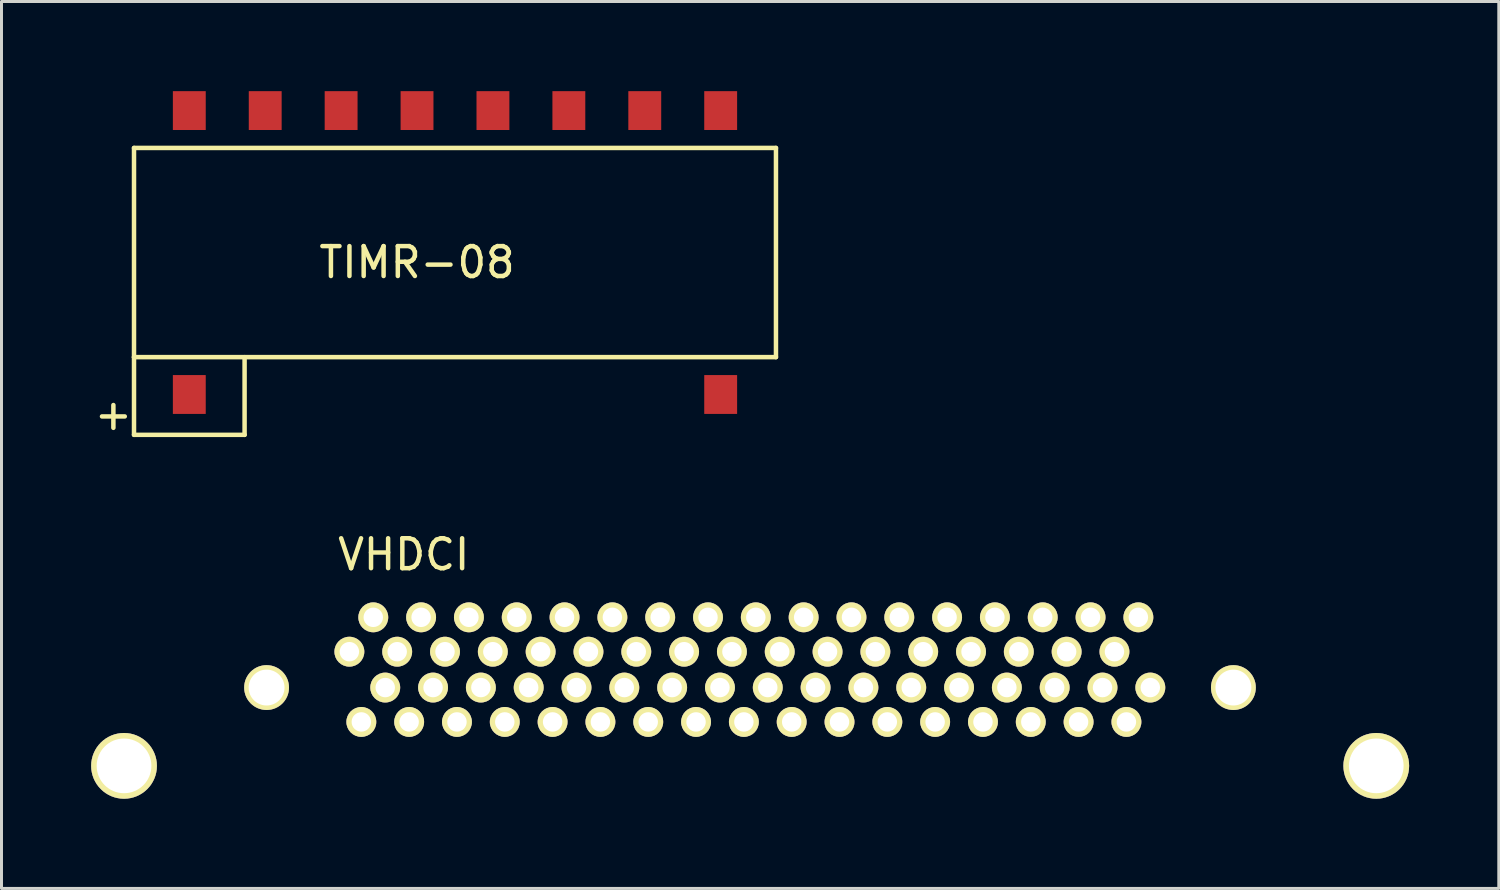
<source format=kicad_pcb>
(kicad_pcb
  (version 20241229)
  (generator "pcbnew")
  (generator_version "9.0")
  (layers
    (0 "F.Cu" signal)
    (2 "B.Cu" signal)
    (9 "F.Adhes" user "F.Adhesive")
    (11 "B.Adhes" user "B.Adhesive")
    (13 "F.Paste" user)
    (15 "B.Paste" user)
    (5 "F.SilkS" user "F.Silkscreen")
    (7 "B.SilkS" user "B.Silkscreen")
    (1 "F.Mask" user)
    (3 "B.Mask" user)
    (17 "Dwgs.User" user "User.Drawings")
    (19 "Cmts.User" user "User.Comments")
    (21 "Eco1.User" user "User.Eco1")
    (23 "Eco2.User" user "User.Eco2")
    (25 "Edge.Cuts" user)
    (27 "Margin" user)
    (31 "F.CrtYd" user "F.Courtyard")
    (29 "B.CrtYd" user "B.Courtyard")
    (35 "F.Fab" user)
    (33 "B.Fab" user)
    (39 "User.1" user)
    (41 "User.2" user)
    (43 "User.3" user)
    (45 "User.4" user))
  (footprint "TIMR-08"
    (layer "F.Cu")
    (at 10.904 3.19)
    (property "Reference" "TIMR-08" (at 0 2.54 0) (layer "F.SilkS") (effects (font (size 1 1) (thickness 0.15))))
    (attr through_hole)
    (fp_line (start -9.47 -1.29) (end -9.47 5.71) (stroke (width 0.15) (type solid)) (layer "F.SilkS"))
    (fp_line (start -9.47 -1.29) (end 12.01 -1.29) (stroke (width 0.15) (type solid)) (layer "F.SilkS"))
    (fp_line (start -9.47 5.71) (end -9.47 8.31) (stroke (width 0.15) (type solid)) (layer "F.SilkS"))
    (fp_line (start -9.47 5.71) (end 12.01 5.71) (stroke (width 0.15) (type solid)) (layer "F.SilkS"))
    (fp_line (start -9.47 8.31) (end -5.77 8.31) (stroke (width 0.15) (type solid)) (layer "F.SilkS"))
    (fp_line (start -5.77 8.31) (end -5.77 5.71) (stroke (width 0.15) (type solid)) (layer "F.SilkS"))
    (fp_line (start 12.01 -1.29) (end 12.01 5.71) (stroke (width 0.15) (type solid)) (layer "F.SilkS"))
    (fp_text user "+" (at -10.16 7.62 0) (layer "F.SilkS") (effects (font (size 1 1) (thickness 0.15))))
    (pad "1" smd rect (at -7.62 -2.54) (size 1.1 1.3) (layers "F.Cu" "F.Mask" "F.Paste"))
    (pad "2" smd rect (at -5.08 -2.54) (size 1.1 1.3) (layers "F.Cu" "F.Mask" "F.Paste"))
    (pad "3" smd rect (at -2.54 -2.54) (size 1.1 1.3) (layers "F.Cu" "F.Mask" "F.Paste"))
    (pad "4" smd rect (at 0 -2.54) (size 1.1 1.3) (layers "F.Cu" "F.Mask" "F.Paste"))
    (pad "5" smd rect (at 2.54 -2.54) (size 1.1 1.3) (layers "F.Cu" "F.Mask" "F.Paste"))
    (pad "6" smd rect (at 5.08 -2.54) (size 1.1 1.3) (layers "F.Cu" "F.Mask" "F.Paste"))
    (pad "7" smd rect (at 7.62 -2.54) (size 1.1 1.3) (layers "F.Cu" "F.Mask" "F.Paste"))
    (pad "8" smd rect (at 10.16 -2.54) (size 1.1 1.3) (layers "F.Cu" "F.Mask" "F.Paste"))
    (pad "9" smd rect (at -7.62 6.96) (size 1.1 1.3) (layers "F.Cu" "F.Mask" "F.Paste"))
    (pad "10" smd rect (at 10.16 6.96) (size 1.1 1.3) (layers "F.Cu" "F.Mask" "F.Paste")))
  (footprint "VHDCI"
    (layer "F.Cu")
    (at 5.87 19.956)
    (property "Reference" "VHDCI" (at 4.59 -4.45 0) (layer "F.SilkS") (effects (font (size 1 1) (thickness 0.15))))
    (attr through_hole)
    (fp_text user "" (at 15.52 3 0) (layer "F.SilkS") (effects (font (size 1 1) (thickness 0.15))))
    (pad "" thru_hole circle (at -4.77 2.62) (size 2.2 2.2) (drill 1.83) (layers "*.Cu" "*.Mask" "F.SilkS"))
    (pad "" thru_hole circle (at 0 0) (size 1.5 1.5) (drill 1.2) (layers "*.Cu" "*.Mask" "F.SilkS"))
    (pad "" thru_hole circle (at 32.35 0) (size 1.5 1.5) (drill 1.2) (layers "*.Cu" "*.Mask" "F.SilkS"))
    (pad "" thru_hole circle (at 37.13 2.62) (size 2.2 2.2) (drill 1.83) (layers "*.Cu" "*.Mask" "F.SilkS"))
    (pad "1" thru_hole circle (at 2.77 -1.2) (size 1 1) (drill 0.65) (layers "*.Cu" "*.Mask" "F.SilkS"))
    (pad "2" thru_hole circle (at 3.57 -2.35) (size 1 1) (drill 0.65) (layers "*.Cu" "*.Mask" "F.SilkS"))
    (pad "3" thru_hole circle (at 4.37 -1.2) (size 1 1) (drill 0.65) (layers "*.Cu" "*.Mask" "F.SilkS"))
    (pad "4" thru_hole circle (at 5.17 -2.35) (size 1 1) (drill 0.65) (layers "*.Cu" "*.Mask" "F.SilkS"))
    (pad "5" thru_hole circle (at 5.97 -1.2) (size 1 1) (drill 0.65) (layers "*.Cu" "*.Mask" "F.SilkS"))
    (pad "6" thru_hole circle (at 6.77 -2.35) (size 1 1) (drill 0.65) (layers "*.Cu" "*.Mask" "F.SilkS"))
    (pad "7" thru_hole circle (at 7.57 -1.2) (size 1 1) (drill 0.65) (layers "*.Cu" "*.Mask" "F.SilkS"))
    (pad "8" thru_hole circle (at 8.37 -2.35) (size 1 1) (drill 0.65) (layers "*.Cu" "*.Mask" "F.SilkS"))
    (pad "9" thru_hole circle (at 9.17 -1.2) (size 1 1) (drill 0.65) (layers "*.Cu" "*.Mask" "F.SilkS"))
    (pad "10" thru_hole circle (at 9.97 -2.35) (size 1 1) (drill 0.65) (layers "*.Cu" "*.Mask" "F.SilkS"))
    (pad "11" thru_hole circle (at 10.77 -1.2) (size 1 1) (drill 0.65) (layers "*.Cu" "*.Mask" "F.SilkS"))
    (pad "12" thru_hole circle (at 11.57 -2.35) (size 1 1) (drill 0.65) (layers "*.Cu" "*.Mask" "F.SilkS"))
    (pad "13" thru_hole circle (at 12.37 -1.2) (size 1 1) (drill 0.65) (layers "*.Cu" "*.Mask" "F.SilkS"))
    (pad "14" thru_hole circle (at 13.17 -2.35) (size 1 1) (drill 0.65) (layers "*.Cu" "*.Mask" "F.SilkS"))
    (pad "15" thru_hole circle (at 13.97 -1.2) (size 1 1) (drill 0.65) (layers "*.Cu" "*.Mask" "F.SilkS"))
    (pad "16" thru_hole circle (at 14.77 -2.35) (size 1 1) (drill 0.65) (layers "*.Cu" "*.Mask" "F.SilkS"))
    (pad "17" thru_hole circle (at 15.57 -1.2) (size 1 1) (drill 0.65) (layers "*.Cu" "*.Mask" "F.SilkS"))
    (pad "18" thru_hole circle (at 16.37 -2.35) (size 1 1) (drill 0.65) (layers "*.Cu" "*.Mask" "F.SilkS"))
    (pad "19" thru_hole circle (at 17.17 -1.2) (size 1 1) (drill 0.65) (layers "*.Cu" "*.Mask" "F.SilkS"))
    (pad "20" thru_hole circle (at 17.97 -2.35) (size 1 1) (drill 0.65) (layers "*.Cu" "*.Mask" "F.SilkS"))
    (pad "21" thru_hole circle (at 18.77 -1.2) (size 1 1) (drill 0.65) (layers "*.Cu" "*.Mask" "F.SilkS"))
    (pad "22" thru_hole circle (at 19.57 -2.35) (size 1 1) (drill 0.65) (layers "*.Cu" "*.Mask" "F.SilkS"))
    (pad "23" thru_hole circle (at 20.37 -1.2) (size 1 1) (drill 0.65) (layers "*.Cu" "*.Mask" "F.SilkS"))
    (pad "24" thru_hole circle (at 21.17 -2.35) (size 1 1) (drill 0.65) (layers "*.Cu" "*.Mask" "F.SilkS"))
    (pad "25" thru_hole circle (at 21.97 -1.2) (size 1 1) (drill 0.65) (layers "*.Cu" "*.Mask" "F.SilkS"))
    (pad "26" thru_hole circle (at 22.77 -2.35) (size 1 1) (drill 0.65) (layers "*.Cu" "*.Mask" "F.SilkS"))
    (pad "27" thru_hole circle (at 23.57 -1.2) (size 1 1) (drill 0.65) (layers "*.Cu" "*.Mask" "F.SilkS"))
    (pad "28" thru_hole circle (at 24.37 -2.35) (size 1 1) (drill 0.65) (layers "*.Cu" "*.Mask" "F.SilkS"))
    (pad "29" thru_hole circle (at 25.17 -1.2) (size 1 1) (drill 0.65) (layers "*.Cu" "*.Mask" "F.SilkS"))
    (pad "30" thru_hole circle (at 25.97 -2.35) (size 1 1) (drill 0.65) (layers "*.Cu" "*.Mask" "F.SilkS"))
    (pad "31" thru_hole circle (at 26.77 -1.2) (size 1 1) (drill 0.65) (layers "*.Cu" "*.Mask" "F.SilkS"))
    (pad "32" thru_hole circle (at 27.57 -2.35) (size 1 1) (drill 0.65) (layers "*.Cu" "*.Mask" "F.SilkS"))
    (pad "33" thru_hole circle (at 28.37 -1.2) (size 1 1) (drill 0.65) (layers "*.Cu" "*.Mask" "F.SilkS"))
    (pad "34" thru_hole circle (at 29.17 -2.35) (size 1 1) (drill 0.65) (layers "*.Cu" "*.Mask" "F.SilkS"))
    (pad "35" thru_hole circle (at 3.17 1.15) (size 1 1) (drill 0.65) (layers "*.Cu" "*.Mask" "F.SilkS"))
    (pad "36" thru_hole circle (at 3.97 0) (size 1 1) (drill 0.65) (layers "*.Cu" "*.Mask" "F.SilkS"))
    (pad "37" thru_hole circle (at 4.77 1.15) (size 1 1) (drill 0.65) (layers "*.Cu" "*.Mask" "F.SilkS"))
    (pad "38" thru_hole circle (at 5.57 0) (size 1 1) (drill 0.65) (layers "*.Cu" "*.Mask" "F.SilkS"))
    (pad "39" thru_hole circle (at 6.37 1.15) (size 1 1) (drill 0.65) (layers "*.Cu" "*.Mask" "F.SilkS"))
    (pad "40" thru_hole circle (at 7.17 0) (size 1 1) (drill 0.65) (layers "*.Cu" "*.Mask" "F.SilkS"))
    (pad "41" thru_hole circle (at 7.97 1.15) (size 1 1) (drill 0.65) (layers "*.Cu" "*.Mask" "F.SilkS"))
    (pad "42" thru_hole circle (at 8.77 0) (size 1 1) (drill 0.65) (layers "*.Cu" "*.Mask" "F.SilkS"))
    (pad "43" thru_hole circle (at 9.57 1.15) (size 1 1) (drill 0.65) (layers "*.Cu" "*.Mask" "F.SilkS"))
    (pad "44" thru_hole circle (at 10.37 0) (size 1 1) (drill 0.65) (layers "*.Cu" "*.Mask" "F.SilkS"))
    (pad "45" thru_hole circle (at 11.17 1.15) (size 1 1) (drill 0.65) (layers "*.Cu" "*.Mask" "F.SilkS"))
    (pad "46" thru_hole circle (at 11.97 0) (size 1 1) (drill 0.65) (layers "*.Cu" "*.Mask" "F.SilkS"))
    (pad "47" thru_hole circle (at 12.77 1.15) (size 1 1) (drill 0.65) (layers "*.Cu" "*.Mask" "F.SilkS"))
    (pad "48" thru_hole circle (at 13.57 0) (size 1 1) (drill 0.65) (layers "*.Cu" "*.Mask" "F.SilkS"))
    (pad "49" thru_hole circle (at 14.37 1.15) (size 1 1) (drill 0.65) (layers "*.Cu" "*.Mask" "F.SilkS"))
    (pad "50" thru_hole circle (at 15.17 0) (size 1 1) (drill 0.65) (layers "*.Cu" "*.Mask" "F.SilkS"))
    (pad "51" thru_hole circle (at 15.97 1.15) (size 1 1) (drill 0.65) (layers "*.Cu" "*.Mask" "F.SilkS"))
    (pad "52" thru_hole circle (at 16.77 0) (size 1 1) (drill 0.65) (layers "*.Cu" "*.Mask" "F.SilkS"))
    (pad "53" thru_hole circle (at 17.57 1.15) (size 1 1) (drill 0.65) (layers "*.Cu" "*.Mask" "F.SilkS"))
    (pad "54" thru_hole circle (at 18.37 0) (size 1 1) (drill 0.65) (layers "*.Cu" "*.Mask" "F.SilkS"))
    (pad "55" thru_hole circle (at 19.17 1.15) (size 1 1) (drill 0.65) (layers "*.Cu" "*.Mask" "F.SilkS"))
    (pad "56" thru_hole circle (at 19.97 0) (size 1 1) (drill 0.65) (layers "*.Cu" "*.Mask" "F.SilkS"))
    (pad "57" thru_hole circle (at 20.77 1.15) (size 1 1) (drill 0.65) (layers "*.Cu" "*.Mask" "F.SilkS"))
    (pad "58" thru_hole circle (at 21.57 0) (size 1 1) (drill 0.65) (layers "*.Cu" "*.Mask" "F.SilkS"))
    (pad "59" thru_hole circle (at 22.37 1.15) (size 1 1) (drill 0.65) (layers "*.Cu" "*.Mask" "F.SilkS"))
    (pad "60" thru_hole circle (at 23.17 0) (size 1 1) (drill 0.65) (layers "*.Cu" "*.Mask" "F.SilkS"))
    (pad "61" thru_hole circle (at 23.97 1.15) (size 1 1) (drill 0.65) (layers "*.Cu" "*.Mask" "F.SilkS"))
    (pad "62" thru_hole circle (at 24.77 0) (size 1 1) (drill 0.65) (layers "*.Cu" "*.Mask" "F.SilkS"))
    (pad "63" thru_hole circle (at 25.57 1.15) (size 1 1) (drill 0.65) (layers "*.Cu" "*.Mask" "F.SilkS"))
    (pad "64" thru_hole circle (at 26.37 0) (size 1 1) (drill 0.65) (layers "*.Cu" "*.Mask" "F.SilkS"))
    (pad "65" thru_hole circle (at 27.17 1.15) (size 1 1) (drill 0.65) (layers "*.Cu" "*.Mask" "F.SilkS"))
    (pad "66" thru_hole circle (at 27.97 0) (size 1 1) (drill 0.65) (layers "*.Cu" "*.Mask" "F.SilkS"))
    (pad "67" thru_hole circle (at 28.77 1.15) (size 1 1) (drill 0.65) (layers "*.Cu" "*.Mask" "F.SilkS"))
    (pad "68" thru_hole circle (at 29.57 0) (size 1 1) (drill 0.65) (layers "*.Cu" "*.Mask" "F.SilkS")))
  (gr_rect
    (start -3 -3)
    (end 47.1 26.677)
    (stroke (width 0.1) (type default))
    (fill no)
    (layer "Edge.Cuts")))
</source>
